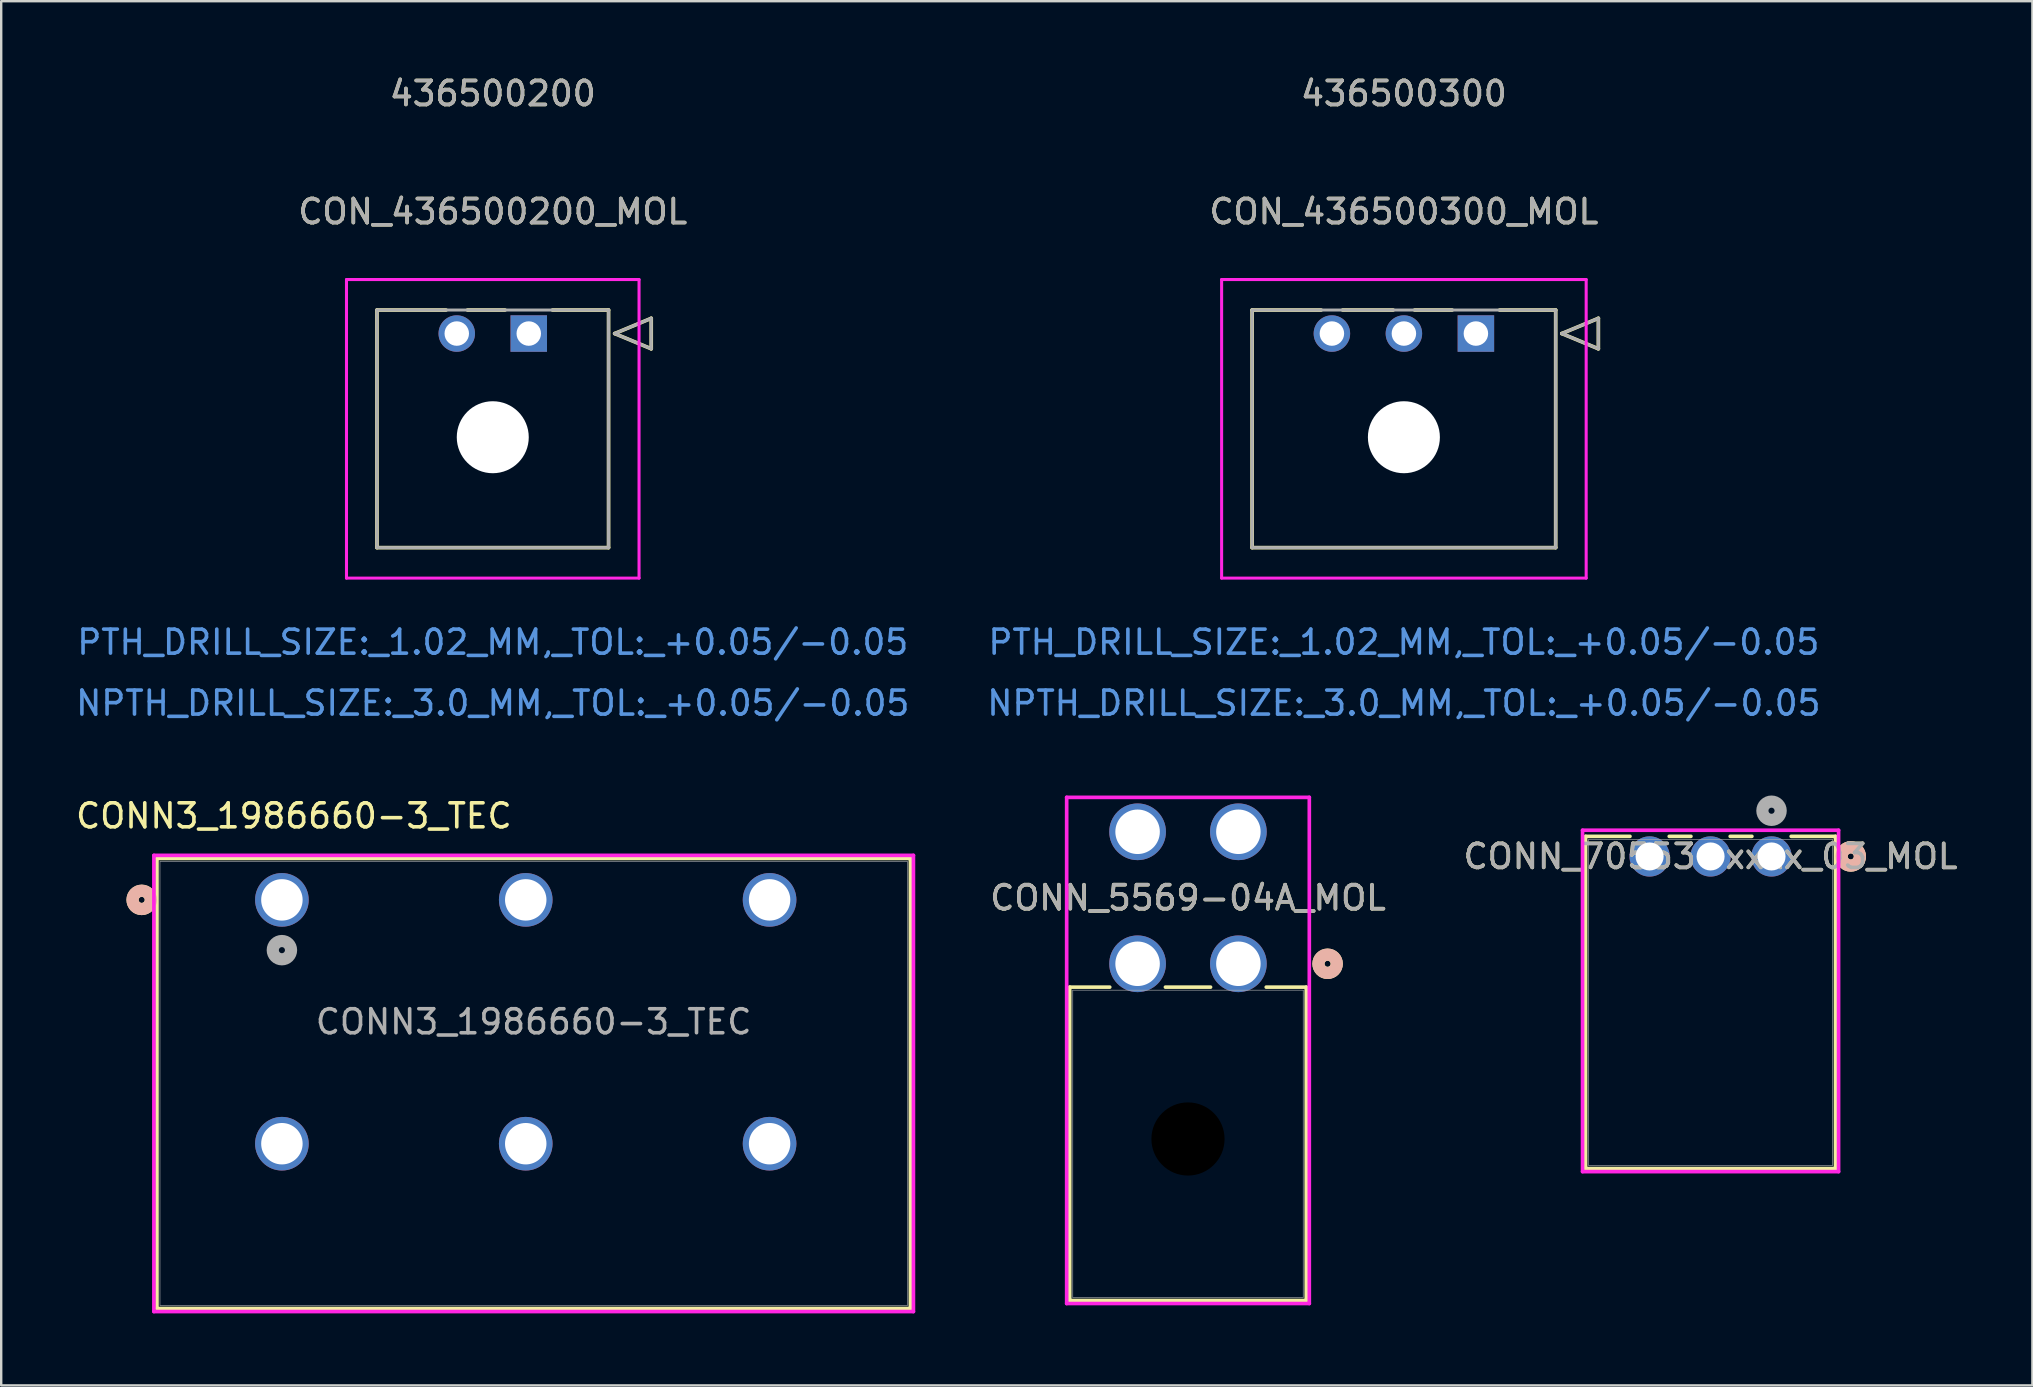
<source format=kicad_pcb>
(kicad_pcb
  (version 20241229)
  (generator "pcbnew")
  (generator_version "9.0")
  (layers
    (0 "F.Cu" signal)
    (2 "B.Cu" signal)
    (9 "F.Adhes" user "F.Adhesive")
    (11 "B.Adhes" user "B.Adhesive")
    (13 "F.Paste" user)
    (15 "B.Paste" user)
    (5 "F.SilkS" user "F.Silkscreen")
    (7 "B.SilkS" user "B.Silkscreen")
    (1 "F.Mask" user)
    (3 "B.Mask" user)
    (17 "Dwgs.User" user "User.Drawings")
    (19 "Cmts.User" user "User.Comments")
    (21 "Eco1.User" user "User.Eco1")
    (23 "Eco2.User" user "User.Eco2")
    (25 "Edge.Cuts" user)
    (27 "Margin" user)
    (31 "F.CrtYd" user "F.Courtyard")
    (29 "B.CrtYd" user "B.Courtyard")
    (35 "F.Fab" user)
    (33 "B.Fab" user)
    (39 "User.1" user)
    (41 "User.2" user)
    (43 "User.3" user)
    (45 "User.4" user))
  (footprint "CONN_70553-xxxx_03_MOL"
    (layer "F.Cu")
    (at 70.764 32.636)
    (property "Reference" "CONN_70553-xxxx_03_MOL" (at -2.54 0 0) (unlocked yes) (layer "F.SilkS") (effects (font (size 1 1) (thickness 0.15))))
    (attr through_hole)
    (fp_line (start -7.747 -0.838) (end -7.747 13.005) (stroke (width 0.152) (type solid)) (layer "F.SilkS"))
    (fp_line (start -7.747 13.005) (end 2.667 13.005) (stroke (width 0.152) (type solid)) (layer "F.SilkS"))
    (fp_line (start -5.898 -0.838) (end -7.747 -0.838) (stroke (width 0.152) (type solid)) (layer "F.SilkS"))
    (fp_line (start -3.358 -0.838) (end -4.262 -0.838) (stroke (width 0.152) (type solid)) (layer "F.SilkS"))
    (fp_line (start -0.818 -0.838) (end -1.722 -0.838) (stroke (width 0.152) (type solid)) (layer "F.SilkS"))
    (fp_line (start 2.667 -0.838) (end 0.818 -0.838) (stroke (width 0.152) (type solid)) (layer "F.SilkS"))
    (fp_line (start 2.667 13.005) (end 2.667 -0.838) (stroke (width 0.152) (type solid)) (layer "F.SilkS"))
    (fp_circle (center 3.302 0) (end 3.683 0) (stroke (width 0.508) (type solid)) (fill no) (layer "F.SilkS"))
    (fp_circle (center 3.302 0) (end 3.683 0) (stroke (width 0.508) (type solid)) (fill no) (layer "B.SilkS"))
    (fp_line (start -7.874 -1.092) (end -7.874 13.132) (stroke (width 0.152) (type solid)) (layer "F.CrtYd"))
    (fp_line (start -7.874 13.132) (end 2.794 13.132) (stroke (width 0.152) (type solid)) (layer "F.CrtYd"))
    (fp_line (start 2.794 -1.092) (end -7.874 -1.092) (stroke (width 0.152) (type solid)) (layer "F.CrtYd"))
    (fp_line (start 2.794 13.132) (end 2.794 -1.092) (stroke (width 0.152) (type solid)) (layer "F.CrtYd"))
    (fp_line (start -7.62 -0.711) (end -7.62 12.878) (stroke (width 0.025) (type solid)) (layer "F.Fab"))
    (fp_line (start -7.62 12.878) (end 2.54 12.878) (stroke (width 0.025) (type solid)) (layer "F.Fab"))
    (fp_line (start 2.54 -0.711) (end -7.62 -0.711) (stroke (width 0.025) (type solid)) (layer "F.Fab"))
    (fp_line (start 2.54 12.878) (end 2.54 -0.711) (stroke (width 0.025) (type solid)) (layer "F.Fab"))
    (fp_circle (center 0 -1.905) (end 0.381 -1.905) (stroke (width 0.508) (type solid)) (fill no) (layer "F.Fab"))
    (fp_text user "${REFERENCE}" (at -2.54 0 0) (unlocked yes) (layer "F.Fab") (effects (font (size 1 1) (thickness 0.15))))
    (pad "1" thru_hole circle (at 0 0) (size 1.676 1.676) (drill 1.168) (layers "*.Cu" "*.Mask"))
    (pad "2" thru_hole circle (at -2.54 0) (size 1.676 1.676) (drill 1.168) (layers "*.Cu" "*.Mask"))
    (pad "3" thru_hole circle (at -5.08 0) (size 1.676 1.676) (drill 1.168) (layers "*.Cu" "*.Mask")))
  (footprint "CON_436500300_MOL"
    (layer "F.Cu")
    (at 58.446 10.848)
    (property "Reference" "CON_436500300_MOL" (at -3 -5.08 0) (unlocked yes) (layer "F.SilkS") (effects (font (size 1 1) (thickness 0.15))))
    (attr through_hole)
    (fp_line (start -9.325 -0.98) (end -9.325 8.92) (stroke (width 0.152) (type solid)) (layer "F.SilkS"))
    (fp_line (start -9.325 8.92) (end 3.325 8.92) (stroke (width 0.152) (type solid)) (layer "F.SilkS"))
    (fp_line (start -6.448 -0.98) (end -9.325 -0.98) (stroke (width 0.152) (type solid)) (layer "F.SilkS"))
    (fp_line (start -3.448 -0.98) (end -5.552 -0.98) (stroke (width 0.152) (type solid)) (layer "F.SilkS"))
    (fp_line (start -0.989 -0.98) (end -2.552 -0.98) (stroke (width 0.152) (type solid)) (layer "F.SilkS"))
    (fp_line (start 3.325 -0.98) (end 0.989 -0.98) (stroke (width 0.152) (type solid)) (layer "F.SilkS"))
    (fp_line (start 3.325 8.92) (end 3.325 -0.98) (stroke (width 0.152) (type solid)) (layer "F.SilkS"))
    (fp_line (start 3.579 0) (end 5.103 -0.635) (stroke (width 0.152) (type solid)) (layer "F.SilkS"))
    (fp_line (start 5.103 -0.635) (end 5.103 0.635) (stroke (width 0.152) (type solid)) (layer "F.SilkS"))
    (fp_line (start 5.103 0.635) (end 3.579 0) (stroke (width 0.152) (type solid)) (layer "F.SilkS"))
    (fp_line (start -10.595 -2.25) (end -10.595 10.19) (stroke (width 0.127) (type solid)) (layer "F.CrtYd"))
    (fp_line (start -10.595 10.19) (end 4.595 10.19) (stroke (width 0.127) (type solid)) (layer "F.CrtYd"))
    (fp_line (start 4.595 -2.25) (end -10.595 -2.25) (stroke (width 0.127) (type solid)) (layer "F.CrtYd"))
    (fp_line (start 4.595 10.19) (end 4.595 -2.25) (stroke (width 0.127) (type solid)) (layer "F.CrtYd"))
    (fp_line (start -9.325 -0.98) (end -9.325 8.92) (stroke (width 0.127) (type solid)) (layer "F.Fab"))
    (fp_line (start -9.325 8.92) (end 3.325 8.92) (stroke (width 0.127) (type solid)) (layer "F.Fab"))
    (fp_line (start 3.325 -0.98) (end -9.325 -0.98) (stroke (width 0.127) (type solid)) (layer "F.Fab"))
    (fp_line (start 3.325 8.92) (end 3.325 -0.98) (stroke (width 0.127) (type solid)) (layer "F.Fab"))
    (fp_line (start 3.579 0) (end 5.103 -0.635) (stroke (width 0.127) (type solid)) (layer "F.Fab"))
    (fp_line (start 5.103 -0.635) (end 5.103 0.635) (stroke (width 0.127) (type solid)) (layer "F.Fab"))
    (fp_line (start 5.103 0.635) (end 3.579 0) (stroke (width 0.127) (type solid)) (layer "F.Fab"))
    (fp_text user "436500300" (at -3 -10 0) (unlocked yes) (layer "F.SilkS") (effects (font (size 1 1) (thickness 0.15))))
    (fp_text user "PTH_DRILL_SIZE:_1.02_MM,_TOL:_+0.05/-0.05" (at -3 12.86 0) (unlocked yes) (layer "Cmts.User") (effects (font (size 1 1) (thickness 0.15))))
    (fp_text user "NPTH_DRILL_SIZE:_3.0_MM,_TOL:_+0.05/-0.05" (at -3 15.4 0) (unlocked yes) (layer "Cmts.User") (effects (font (size 1 1) (thickness 0.15))))
    (fp_text user "${REFERENCE}" (at -3 -5.08 0) (unlocked yes) (layer "F.Fab") (effects (font (size 1 1) (thickness 0.15))))
    (fp_text user "436500300" (at -3 -10 0) (unlocked yes) (layer "F.Fab") (effects (font (size 1 1) (thickness 0.15))))
    (pad "" np_thru_hole circle (at -3 4.32) (size 3 3) (drill 3) (layers "*.Cu" "*.Mask"))
    (pad "1" thru_hole rect (at 0 0) (size 1.52 1.52) (drill 1.02) (layers "*.Cu" "*.Mask"))
    (pad "2" thru_hole circle (at -3 0) (size 1.52 1.52) (drill 1.02) (layers "*.Cu" "*.Mask"))
    (pad "3" thru_hole circle (at -6 0) (size 1.52 1.52) (drill 1.02) (layers "*.Cu" "*.Mask")))
  (footprint "CONN_5569-04A_MOL"
    (layer "F.Cu")
    (at 48.55 37.108)
    (property "Reference" "CONN_5569-04A_MOL" (at -2.1 -2.75 0) (unlocked yes) (layer "F.SilkS") (effects (font (size 1 1) (thickness 0.15))))
    (attr through_hole)
    (fp_line (start -7.028 0.973) (end -7.028 14.029) (stroke (width 0.152) (type solid)) (layer "F.SilkS"))
    (fp_line (start -7.028 14.029) (end 2.828 14.029) (stroke (width 0.152) (type solid)) (layer "F.SilkS"))
    (fp_line (start -5.36 0.973) (end -7.028 0.973) (stroke (width 0.152) (type solid)) (layer "F.SilkS"))
    (fp_line (start -1.16 0.973) (end -3.04 0.973) (stroke (width 0.152) (type solid)) (layer "F.SilkS"))
    (fp_line (start 2.828 0.973) (end 1.16 0.973) (stroke (width 0.152) (type solid)) (layer "F.SilkS"))
    (fp_line (start 2.828 14.029) (end 2.828 0.973) (stroke (width 0.152) (type solid)) (layer "F.SilkS"))
    (fp_circle (center 3.717 0) (end 4.098 0) (stroke (width 0.508) (type solid)) (fill no) (layer "F.SilkS"))
    (fp_circle (center 3.717 0) (end 4.098 0) (stroke (width 0.508) (type solid)) (fill no) (layer "B.SilkS"))
    (fp_line (start -7.155 -6.935) (end -7.155 14.156) (stroke (width 0.152) (type solid)) (layer "F.CrtYd"))
    (fp_line (start -7.155 14.156) (end 2.955 14.156) (stroke (width 0.152) (type solid)) (layer "F.CrtYd"))
    (fp_line (start 2.955 -6.935) (end -7.155 -6.935) (stroke (width 0.152) (type solid)) (layer "F.CrtYd"))
    (fp_line (start 2.955 14.156) (end 2.955 -6.935) (stroke (width 0.152) (type solid)) (layer "F.CrtYd"))
    (fp_line (start -6.901 1.1) (end -6.901 13.902) (stroke (width 0.025) (type solid)) (layer "F.Fab"))
    (fp_line (start -6.901 13.902) (end 2.701 13.902) (stroke (width 0.025) (type solid)) (layer "F.Fab"))
    (fp_line (start 2.701 1.1) (end -6.901 1.1) (stroke (width 0.025) (type solid)) (layer "F.Fab"))
    (fp_line (start 2.701 13.902) (end 2.701 1.1) (stroke (width 0.025) (type solid)) (layer "F.Fab"))
    (fp_circle (center 0 0) (end 0.381 0) (stroke (width 0.508) (type solid)) (fill no) (layer "F.Fab"))
    (fp_text user "${REFERENCE}" (at -2.1 -2.75 0) (unlocked yes) (layer "F.Fab") (effects (font (size 1 1) (thickness 0.15))))
    (pad "" np_thru_hole circle (at -2.1 7.3) (size 3.048 3.048) (drill 3.048) (layers))
    (pad "1" thru_hole circle (at 0 0) (size 2.362 2.362) (drill 1.854) (layers "*.Cu" "*.Mask"))
    (pad "2" thru_hole circle (at -4.2 0) (size 2.362 2.362) (drill 1.854) (layers "*.Cu" "*.Mask"))
    (pad "3" thru_hole circle (at 0 -5.5) (size 2.362 2.362) (drill 1.854) (layers "*.Cu" "*.Mask"))
    (pad "4" thru_hole circle (at -4.2 -5.5) (size 2.362 2.362) (drill 1.854) (layers "*.Cu" "*.Mask")))
  (footprint "CON_436500200_MOL"
    (layer "F.Cu")
    (at 18.982 10.848)
    (property "Reference" "CON_436500200_MOL" (at -1.5 -5.08 0) (unlocked yes) (layer "F.SilkS") (effects (font (size 1 1) (thickness 0.15))))
    (attr through_hole)
    (fp_line (start -6.325 -0.98) (end -6.325 8.92) (stroke (width 0.152) (type solid)) (layer "F.SilkS"))
    (fp_line (start -6.325 8.92) (end 3.325 8.92) (stroke (width 0.152) (type solid)) (layer "F.SilkS"))
    (fp_line (start -3.448 -0.98) (end -6.325 -0.98) (stroke (width 0.152) (type solid)) (layer "F.SilkS"))
    (fp_line (start -0.989 -0.98) (end -2.552 -0.98) (stroke (width 0.152) (type solid)) (layer "F.SilkS"))
    (fp_line (start 3.325 -0.98) (end 0.989 -0.98) (stroke (width 0.152) (type solid)) (layer "F.SilkS"))
    (fp_line (start 3.325 8.92) (end 3.325 -0.98) (stroke (width 0.152) (type solid)) (layer "F.SilkS"))
    (fp_line (start 3.579 0) (end 5.103 -0.635) (stroke (width 0.152) (type solid)) (layer "F.SilkS"))
    (fp_line (start 5.103 -0.635) (end 5.103 0.635) (stroke (width 0.152) (type solid)) (layer "F.SilkS"))
    (fp_line (start 5.103 0.635) (end 3.579 0) (stroke (width 0.152) (type solid)) (layer "F.SilkS"))
    (fp_line (start -7.595 -2.25) (end -7.595 10.19) (stroke (width 0.127) (type solid)) (layer "F.CrtYd"))
    (fp_line (start -7.595 10.19) (end 4.595 10.19) (stroke (width 0.127) (type solid)) (layer "F.CrtYd"))
    (fp_line (start 4.595 -2.25) (end -7.595 -2.25) (stroke (width 0.127) (type solid)) (layer "F.CrtYd"))
    (fp_line (start 4.595 10.19) (end 4.595 -2.25) (stroke (width 0.127) (type solid)) (layer "F.CrtYd"))
    (fp_line (start -6.325 -0.98) (end -6.325 8.92) (stroke (width 0.127) (type solid)) (layer "F.Fab"))
    (fp_line (start -6.325 8.92) (end 3.325 8.92) (stroke (width 0.127) (type solid)) (layer "F.Fab"))
    (fp_line (start 3.325 -0.98) (end -6.325 -0.98) (stroke (width 0.127) (type solid)) (layer "F.Fab"))
    (fp_line (start 3.325 8.92) (end 3.325 -0.98) (stroke (width 0.127) (type solid)) (layer "F.Fab"))
    (fp_line (start 3.579 0) (end 5.103 -0.635) (stroke (width 0.127) (type solid)) (layer "F.Fab"))
    (fp_line (start 5.103 -0.635) (end 5.103 0.635) (stroke (width 0.127) (type solid)) (layer "F.Fab"))
    (fp_line (start 5.103 0.635) (end 3.579 0) (stroke (width 0.127) (type solid)) (layer "F.Fab"))
    (fp_text user "436500200" (at -1.5 -10 0) (unlocked yes) (layer "F.SilkS") (effects (font (size 1 1) (thickness 0.15))))
    (fp_text user "PTH_DRILL_SIZE:_1.02_MM,_TOL:_+0.05/-0.05" (at -1.5 12.86 0) (unlocked yes) (layer "Cmts.User") (effects (font (size 1 1) (thickness 0.15))))
    (fp_text user "NPTH_DRILL_SIZE:_3.0_MM,_TOL:_+0.05/-0.05" (at -1.5 15.4 0) (unlocked yes) (layer "Cmts.User") (effects (font (size 1 1) (thickness 0.15))))
    (fp_text user "${REFERENCE}" (at -1.5 -5.08 0) (unlocked yes) (layer "F.Fab") (effects (font (size 1 1) (thickness 0.15))))
    (fp_text user "436500200" (at -1.5 -10 0) (unlocked yes) (layer "F.Fab") (effects (font (size 1 1) (thickness 0.15))))
    (pad "" np_thru_hole circle (at -1.5 4.32) (size 3 3) (drill 3) (layers "*.Cu" "*.Mask"))
    (pad "1" thru_hole rect (at 0 0) (size 1.52 1.52) (drill 1.02) (layers "*.Cu" "*.Mask"))
    (pad "2" thru_hole circle (at -3 0) (size 1.52 1.52) (drill 1.02) (layers "*.Cu" "*.Mask")))
  (footprint "CONN3_1986660-3_TEC"
    (layer "F.Cu")
    (at 8.696 34.445)
    (property "Reference" "CONN3_1986660-3_TEC" (at 0.5 -3.5 0) (unlocked yes) (layer "F.SilkS") (effects (font (size 1 1) (thickness 0.15))))
    (attr through_hole)
    (fp_line (start -5.207 -1.727) (end -5.207 17.027) (stroke (width 0.152) (type solid)) (layer "F.SilkS"))
    (fp_line (start -5.207 17.027) (end 26.187 17.027) (stroke (width 0.152) (type solid)) (layer "F.SilkS"))
    (fp_line (start 26.187 -1.727) (end -5.207 -1.727) (stroke (width 0.152) (type solid)) (layer "F.SilkS"))
    (fp_line (start 26.187 17.027) (end 26.187 -1.727) (stroke (width 0.152) (type solid)) (layer "F.SilkS"))
    (fp_circle (center -5.842 0) (end -5.461 0) (stroke (width 0.508) (type solid)) (fill no) (layer "F.SilkS"))
    (fp_circle (center -5.842 0) (end -5.461 0) (stroke (width 0.508) (type solid)) (fill no) (layer "B.SilkS"))
    (fp_line (start -5.334 -1.854) (end -5.334 17.154) (stroke (width 0.152) (type solid)) (layer "F.CrtYd"))
    (fp_line (start -5.334 17.154) (end 26.314 17.154) (stroke (width 0.152) (type solid)) (layer "F.CrtYd"))
    (fp_line (start 26.314 -1.854) (end -5.334 -1.854) (stroke (width 0.152) (type solid)) (layer "F.CrtYd"))
    (fp_line (start 26.314 17.154) (end 26.314 -1.854) (stroke (width 0.152) (type solid)) (layer "F.CrtYd"))
    (fp_line (start -5.08 -1.6) (end -5.08 16.9) (stroke (width 0.025) (type solid)) (layer "F.Fab"))
    (fp_line (start -5.08 16.9) (end 26.06 16.9) (stroke (width 0.025) (type solid)) (layer "F.Fab"))
    (fp_line (start 26.06 -1.6) (end -5.08 -1.6) (stroke (width 0.025) (type solid)) (layer "F.Fab"))
    (fp_line (start 26.06 16.9) (end 26.06 -1.6) (stroke (width 0.025) (type solid)) (layer "F.Fab"))
    (fp_circle (center 0 2.095) (end 0.381 2.095) (stroke (width 0.508) (type solid)) (fill no) (layer "F.Fab"))
    (fp_text user "${REFERENCE}" (at 10.49 5.08 0) (unlocked yes) (layer "F.Fab") (effects (font (size 1 1) (thickness 0.15))))
    (pad "1A" thru_hole circle (at 0 0) (size 2.235 2.235) (drill 1.727) (layers "*.Cu" "*.Mask"))
    (pad "1B" thru_hole circle (at 0 10.16) (size 2.235 2.235) (drill 1.727) (layers "*.Cu" "*.Mask"))
    (pad "2A" thru_hole circle (at 10.16 0) (size 2.235 2.235) (drill 1.727) (layers "*.Cu" "*.Mask"))
    (pad "2B" thru_hole circle (at 10.16 10.16) (size 2.235 2.235) (drill 1.727) (layers "*.Cu" "*.Mask"))
    (pad "3A" thru_hole circle (at 20.32 0) (size 2.235 2.235) (drill 1.727) (layers "*.Cu" "*.Mask"))
    (pad "3B" thru_hole circle (at 20.32 10.16) (size 2.235 2.235) (drill 1.727) (layers "*.Cu" "*.Mask")))
  (gr_rect
    (start -3 -3)
    (end 81.634 54.675)
    (stroke (width 0.1) (type default))
    (fill no)
    (layer "Edge.Cuts")))
</source>
